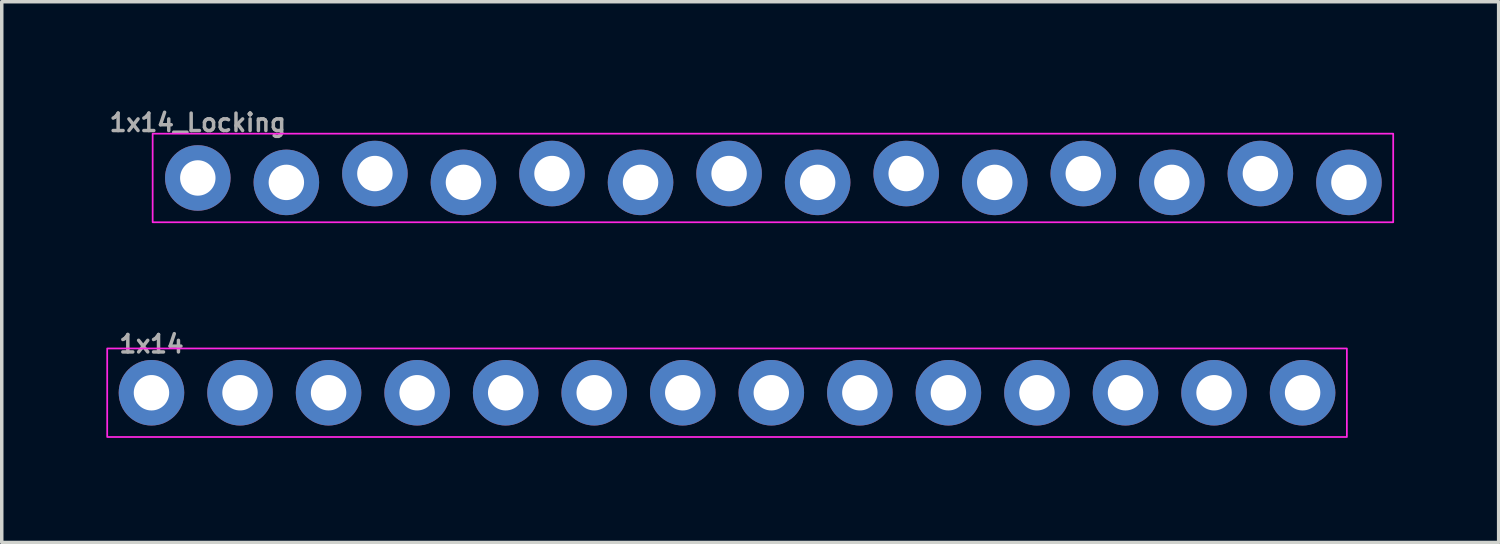
<source format=kicad_pcb>
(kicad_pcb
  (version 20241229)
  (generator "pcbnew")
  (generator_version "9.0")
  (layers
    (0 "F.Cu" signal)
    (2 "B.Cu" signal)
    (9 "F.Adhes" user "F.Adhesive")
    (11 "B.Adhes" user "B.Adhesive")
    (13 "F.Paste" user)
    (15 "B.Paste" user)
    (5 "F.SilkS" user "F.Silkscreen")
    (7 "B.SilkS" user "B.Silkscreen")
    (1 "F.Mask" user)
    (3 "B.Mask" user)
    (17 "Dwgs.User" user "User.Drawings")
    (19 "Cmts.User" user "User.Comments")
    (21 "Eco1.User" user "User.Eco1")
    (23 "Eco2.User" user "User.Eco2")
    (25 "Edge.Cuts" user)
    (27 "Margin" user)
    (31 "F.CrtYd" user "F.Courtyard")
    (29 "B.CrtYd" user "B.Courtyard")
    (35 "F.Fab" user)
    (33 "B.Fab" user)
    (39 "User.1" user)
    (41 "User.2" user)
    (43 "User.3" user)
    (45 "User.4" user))
  (footprint "1x14"
    (layer "F.Cu")
    (at 1.295 8.216)
    (property "Reference" "1x14" (at 0 -1.397 0) (layer "F.Fab") (effects (font (size 0.5 0.5) (thickness 0.1))))
    (fp_rect (start -1.27 -1.27) (end 34.29 1.27) (stroke (width 0.05) (type default)) (fill no) (layer "F.CrtYd"))
    (fp_poly (pts (xy -0.254 0.254) (xy 0.254 0.254) (xy 0.254 -0.254) (xy -0.254 -0.254)) (stroke (width 0.1) (type default)) (fill no) (layer "F.Fab"))
    (fp_poly (pts (xy 2.286 0.254) (xy 2.794 0.254) (xy 2.794 -0.254) (xy 2.286 -0.254)) (stroke (width 0.1) (type default)) (fill no) (layer "F.Fab"))
    (fp_poly (pts (xy 4.826 0.254) (xy 5.334 0.254) (xy 5.334 -0.254) (xy 4.826 -0.254)) (stroke (width 0.1) (type default)) (fill no) (layer "F.Fab"))
    (fp_poly (pts (xy 7.366 0.254) (xy 7.874 0.254) (xy 7.874 -0.254) (xy 7.366 -0.254)) (stroke (width 0.1) (type default)) (fill no) (layer "F.Fab"))
    (fp_poly (pts (xy 9.906 0.254) (xy 10.414 0.254) (xy 10.414 -0.254) (xy 9.906 -0.254)) (stroke (width 0.1) (type default)) (fill no) (layer "F.Fab"))
    (fp_poly (pts (xy 12.446 0.254) (xy 12.954 0.254) (xy 12.954 -0.254) (xy 12.446 -0.254)) (stroke (width 0.1) (type default)) (fill no) (layer "F.Fab"))
    (fp_poly (pts (xy 14.986 0.254) (xy 15.494 0.254) (xy 15.494 -0.254) (xy 14.986 -0.254)) (stroke (width 0.1) (type default)) (fill no) (layer "F.Fab"))
    (fp_poly (pts (xy 17.526 0.254) (xy 18.034 0.254) (xy 18.034 -0.254) (xy 17.526 -0.254)) (stroke (width 0.1) (type default)) (fill no) (layer "F.Fab"))
    (fp_poly (pts (xy 20.066 0.254) (xy 20.574 0.254) (xy 20.574 -0.254) (xy 20.066 -0.254)) (stroke (width 0.1) (type default)) (fill no) (layer "F.Fab"))
    (fp_poly (pts (xy 22.606 0.254) (xy 23.114 0.254) (xy 23.114 -0.254) (xy 22.606 -0.254)) (stroke (width 0.1) (type default)) (fill no) (layer "F.Fab"))
    (fp_poly (pts (xy 25.146 0.254) (xy 25.654 0.254) (xy 25.654 -0.254) (xy 25.146 -0.254)) (stroke (width 0.1) (type default)) (fill no) (layer "F.Fab"))
    (fp_poly (pts (xy 27.686 0.254) (xy 28.194 0.254) (xy 28.194 -0.254) (xy 27.686 -0.254)) (stroke (width 0.1) (type default)) (fill no) (layer "F.Fab"))
    (fp_poly (pts (xy 30.226 0.254) (xy 30.734 0.254) (xy 30.734 -0.254) (xy 30.226 -0.254)) (stroke (width 0.1) (type default)) (fill no) (layer "F.Fab"))
    (fp_poly (pts (xy 32.766 0.254) (xy 33.274 0.254) (xy 33.274 -0.254) (xy 32.766 -0.254)) (stroke (width 0.1) (type default)) (fill no) (layer "F.Fab"))
    (pad "1" thru_hole circle (at 0 0 90) (size 1.88 1.88) (drill 1.016) (layers "*.Cu" "*.Mask") (remove_unused_layers yes) (keep_end_layers yes) (zone_layer_connections))
    (pad "2" thru_hole circle (at 2.54 0 90) (size 1.88 1.88) (drill 1.016) (layers "*.Cu" "*.Mask") (remove_unused_layers yes) (keep_end_layers yes) (zone_layer_connections))
    (pad "3" thru_hole circle (at 5.08 0 90) (size 1.88 1.88) (drill 1.016) (layers "*.Cu" "*.Mask") (remove_unused_layers yes) (keep_end_layers yes) (zone_layer_connections))
    (pad "4" thru_hole circle (at 7.62 0 90) (size 1.88 1.88) (drill 1.016) (layers "*.Cu" "*.Mask") (remove_unused_layers yes) (keep_end_layers yes) (zone_layer_connections))
    (pad "5" thru_hole circle (at 10.16 0 90) (size 1.88 1.88) (drill 1.016) (layers "*.Cu" "*.Mask") (remove_unused_layers yes) (keep_end_layers yes) (zone_layer_connections))
    (pad "6" thru_hole circle (at 12.7 0 90) (size 1.88 1.88) (drill 1.016) (layers "*.Cu" "*.Mask") (remove_unused_layers yes) (keep_end_layers yes) (zone_layer_connections))
    (pad "7" thru_hole circle (at 15.24 0 90) (size 1.88 1.88) (drill 1.016) (layers "*.Cu" "*.Mask") (remove_unused_layers yes) (keep_end_layers yes) (zone_layer_connections))
    (pad "8" thru_hole circle (at 17.78 0 90) (size 1.88 1.88) (drill 1.016) (layers "*.Cu" "*.Mask") (remove_unused_layers yes) (keep_end_layers yes) (zone_layer_connections))
    (pad "9" thru_hole circle (at 20.32 0 90) (size 1.88 1.88) (drill 1.016) (layers "*.Cu" "*.Mask") (remove_unused_layers yes) (keep_end_layers yes) (zone_layer_connections))
    (pad "10" thru_hole circle (at 22.86 0 90) (size 1.88 1.88) (drill 1.016) (layers "*.Cu" "*.Mask") (remove_unused_layers yes) (keep_end_layers yes) (zone_layer_connections))
    (pad "11" thru_hole circle (at 25.4 0 90) (size 1.88 1.88) (drill 1.016) (layers "*.Cu" "*.Mask") (remove_unused_layers yes) (keep_end_layers yes) (zone_layer_connections))
    (pad "12" thru_hole circle (at 27.94 0 90) (size 1.88 1.88) (drill 1.016) (layers "*.Cu" "*.Mask") (remove_unused_layers yes) (keep_end_layers yes) (zone_layer_connections))
    (pad "13" thru_hole circle (at 30.48 0 90) (size 1.88 1.88) (drill 1.016) (layers "*.Cu" "*.Mask") (remove_unused_layers yes) (keep_end_layers yes) (zone_layer_connections))
    (pad "14" thru_hole circle (at 33.02 0 90) (size 1.88 1.88) (drill 1.016) (layers "*.Cu" "*.Mask") (remove_unused_layers yes) (keep_end_layers yes) (zone_layer_connections)))
  (footprint "1x14_Locking"
    (layer "F.Cu")
    (at 2.624 2.055)
    (property "Reference" "1x14_Locking" (at 0 -1.587 0) (layer "F.Fab") (effects (font (size 0.5 0.5) (thickness 0.1))))
    (fp_rect (start -1.295 -1.27) (end 34.29 1.27) (stroke (width 0.05) (type default)) (fill no) (layer "F.CrtYd"))
    (fp_poly (pts (xy -0.254 0.254) (xy 0.254 0.254) (xy 0.254 -0.254) (xy -0.254 -0.254)) (stroke (width 0.1) (type default)) (fill no) (layer "F.Fab"))
    (fp_poly (pts (xy 2.286 0.254) (xy 2.794 0.254) (xy 2.794 -0.254) (xy 2.286 -0.254)) (stroke (width 0.1) (type default)) (fill no) (layer "F.Fab"))
    (fp_poly (pts (xy 4.826 0.254) (xy 5.334 0.254) (xy 5.334 -0.254) (xy 4.826 -0.254)) (stroke (width 0.1) (type default)) (fill no) (layer "F.Fab"))
    (fp_poly (pts (xy 7.366 0.254) (xy 7.874 0.254) (xy 7.874 -0.254) (xy 7.366 -0.254)) (stroke (width 0.1) (type default)) (fill no) (layer "F.Fab"))
    (fp_poly (pts (xy 9.906 0.254) (xy 10.414 0.254) (xy 10.414 -0.254) (xy 9.906 -0.254)) (stroke (width 0.1) (type default)) (fill no) (layer "F.Fab"))
    (fp_poly (pts (xy 12.446 0.254) (xy 12.954 0.254) (xy 12.954 -0.254) (xy 12.446 -0.254)) (stroke (width 0.1) (type default)) (fill no) (layer "F.Fab"))
    (fp_poly (pts (xy 14.986 0.254) (xy 15.494 0.254) (xy 15.494 -0.254) (xy 14.986 -0.254)) (stroke (width 0.1) (type default)) (fill no) (layer "F.Fab"))
    (fp_poly (pts (xy 17.526 0.254) (xy 18.034 0.254) (xy 18.034 -0.254) (xy 17.526 -0.254)) (stroke (width 0.1) (type default)) (fill no) (layer "F.Fab"))
    (fp_poly (pts (xy 20.066 0.254) (xy 20.574 0.254) (xy 20.574 -0.254) (xy 20.066 -0.254)) (stroke (width 0.1) (type default)) (fill no) (layer "F.Fab"))
    (fp_poly (pts (xy 22.606 0.254) (xy 23.114 0.254) (xy 23.114 -0.254) (xy 22.606 -0.254)) (stroke (width 0.1) (type default)) (fill no) (layer "F.Fab"))
    (fp_poly (pts (xy 25.146 0.254) (xy 25.654 0.254) (xy 25.654 -0.254) (xy 25.146 -0.254)) (stroke (width 0.1) (type default)) (fill no) (layer "F.Fab"))
    (fp_poly (pts (xy 27.686 0.254) (xy 28.194 0.254) (xy 28.194 -0.254) (xy 27.686 -0.254)) (stroke (width 0.1) (type default)) (fill no) (layer "F.Fab"))
    (fp_poly (pts (xy 30.226 0.254) (xy 30.734 0.254) (xy 30.734 -0.254) (xy 30.226 -0.254)) (stroke (width 0.1) (type default)) (fill no) (layer "F.Fab"))
    (fp_poly (pts (xy 32.766 0.254) (xy 33.274 0.254) (xy 33.274 -0.254) (xy 32.766 -0.254)) (stroke (width 0.1) (type default)) (fill no) (layer "F.Fab"))
    (pad "1" thru_hole circle (at 0 0 90) (size 1.88 1.88) (drill 1.016) (layers "*.Cu" "*.Mask") (remove_unused_layers yes) (keep_end_layers yes) (zone_layer_connections))
    (pad "2" thru_hole circle (at 2.54 0.127 90) (size 1.88 1.88) (drill 1.016) (layers "*.Cu" "*.Mask") (remove_unused_layers yes) (keep_end_layers yes) (zone_layer_connections))
    (pad "3" thru_hole circle (at 5.08 -0.127 90) (size 1.88 1.88) (drill 1.016) (layers "*.Cu" "*.Mask") (remove_unused_layers yes) (keep_end_layers yes) (zone_layer_connections))
    (pad "4" thru_hole circle (at 7.62 0.127 90) (size 1.88 1.88) (drill 1.016) (layers "*.Cu" "*.Mask") (remove_unused_layers yes) (keep_end_layers yes) (zone_layer_connections))
    (pad "5" thru_hole circle (at 10.16 -0.127 90) (size 1.88 1.88) (drill 1.016) (layers "*.Cu" "*.Mask") (remove_unused_layers yes) (keep_end_layers yes) (zone_layer_connections))
    (pad "6" thru_hole circle (at 12.7 0.127 90) (size 1.88 1.88) (drill 1.016) (layers "*.Cu" "*.Mask") (remove_unused_layers yes) (keep_end_layers yes) (zone_layer_connections))
    (pad "7" thru_hole circle (at 15.24 -0.127 90) (size 1.88 1.88) (drill 1.016) (layers "*.Cu" "*.Mask") (remove_unused_layers yes) (keep_end_layers yes) (zone_layer_connections))
    (pad "8" thru_hole circle (at 17.78 0.127 90) (size 1.88 1.88) (drill 1.016) (layers "*.Cu" "*.Mask") (remove_unused_layers yes) (keep_end_layers yes) (zone_layer_connections))
    (pad "9" thru_hole circle (at 20.32 -0.127 90) (size 1.88 1.88) (drill 1.016) (layers "*.Cu" "*.Mask") (remove_unused_layers yes) (keep_end_layers yes) (zone_layer_connections))
    (pad "10" thru_hole circle (at 22.86 0.127 90) (size 1.88 1.88) (drill 1.016) (layers "*.Cu" "*.Mask") (remove_unused_layers yes) (keep_end_layers yes) (zone_layer_connections))
    (pad "11" thru_hole circle (at 25.4 -0.127 90) (size 1.88 1.88) (drill 1.016) (layers "*.Cu" "*.Mask") (remove_unused_layers yes) (keep_end_layers yes) (zone_layer_connections))
    (pad "12" thru_hole circle (at 27.94 0.127 90) (size 1.88 1.88) (drill 1.016) (layers "*.Cu" "*.Mask") (remove_unused_layers yes) (keep_end_layers yes) (zone_layer_connections))
    (pad "13" thru_hole circle (at 30.48 -0.127 90) (size 1.88 1.88) (drill 1.016) (layers "*.Cu" "*.Mask") (remove_unused_layers yes) (keep_end_layers yes) (zone_layer_connections))
    (pad "14" thru_hole circle (at 33.02 0.127 90) (size 1.88 1.88) (drill 1.016) (layers "*.Cu" "*.Mask") (remove_unused_layers yes) (keep_end_layers yes) (zone_layer_connections)))
  (gr_rect
    (start -3 -3)
    (end 39.939 12.511)
    (stroke (width 0.1) (type default))
    (fill no)
    (layer "Edge.Cuts")))
</source>
